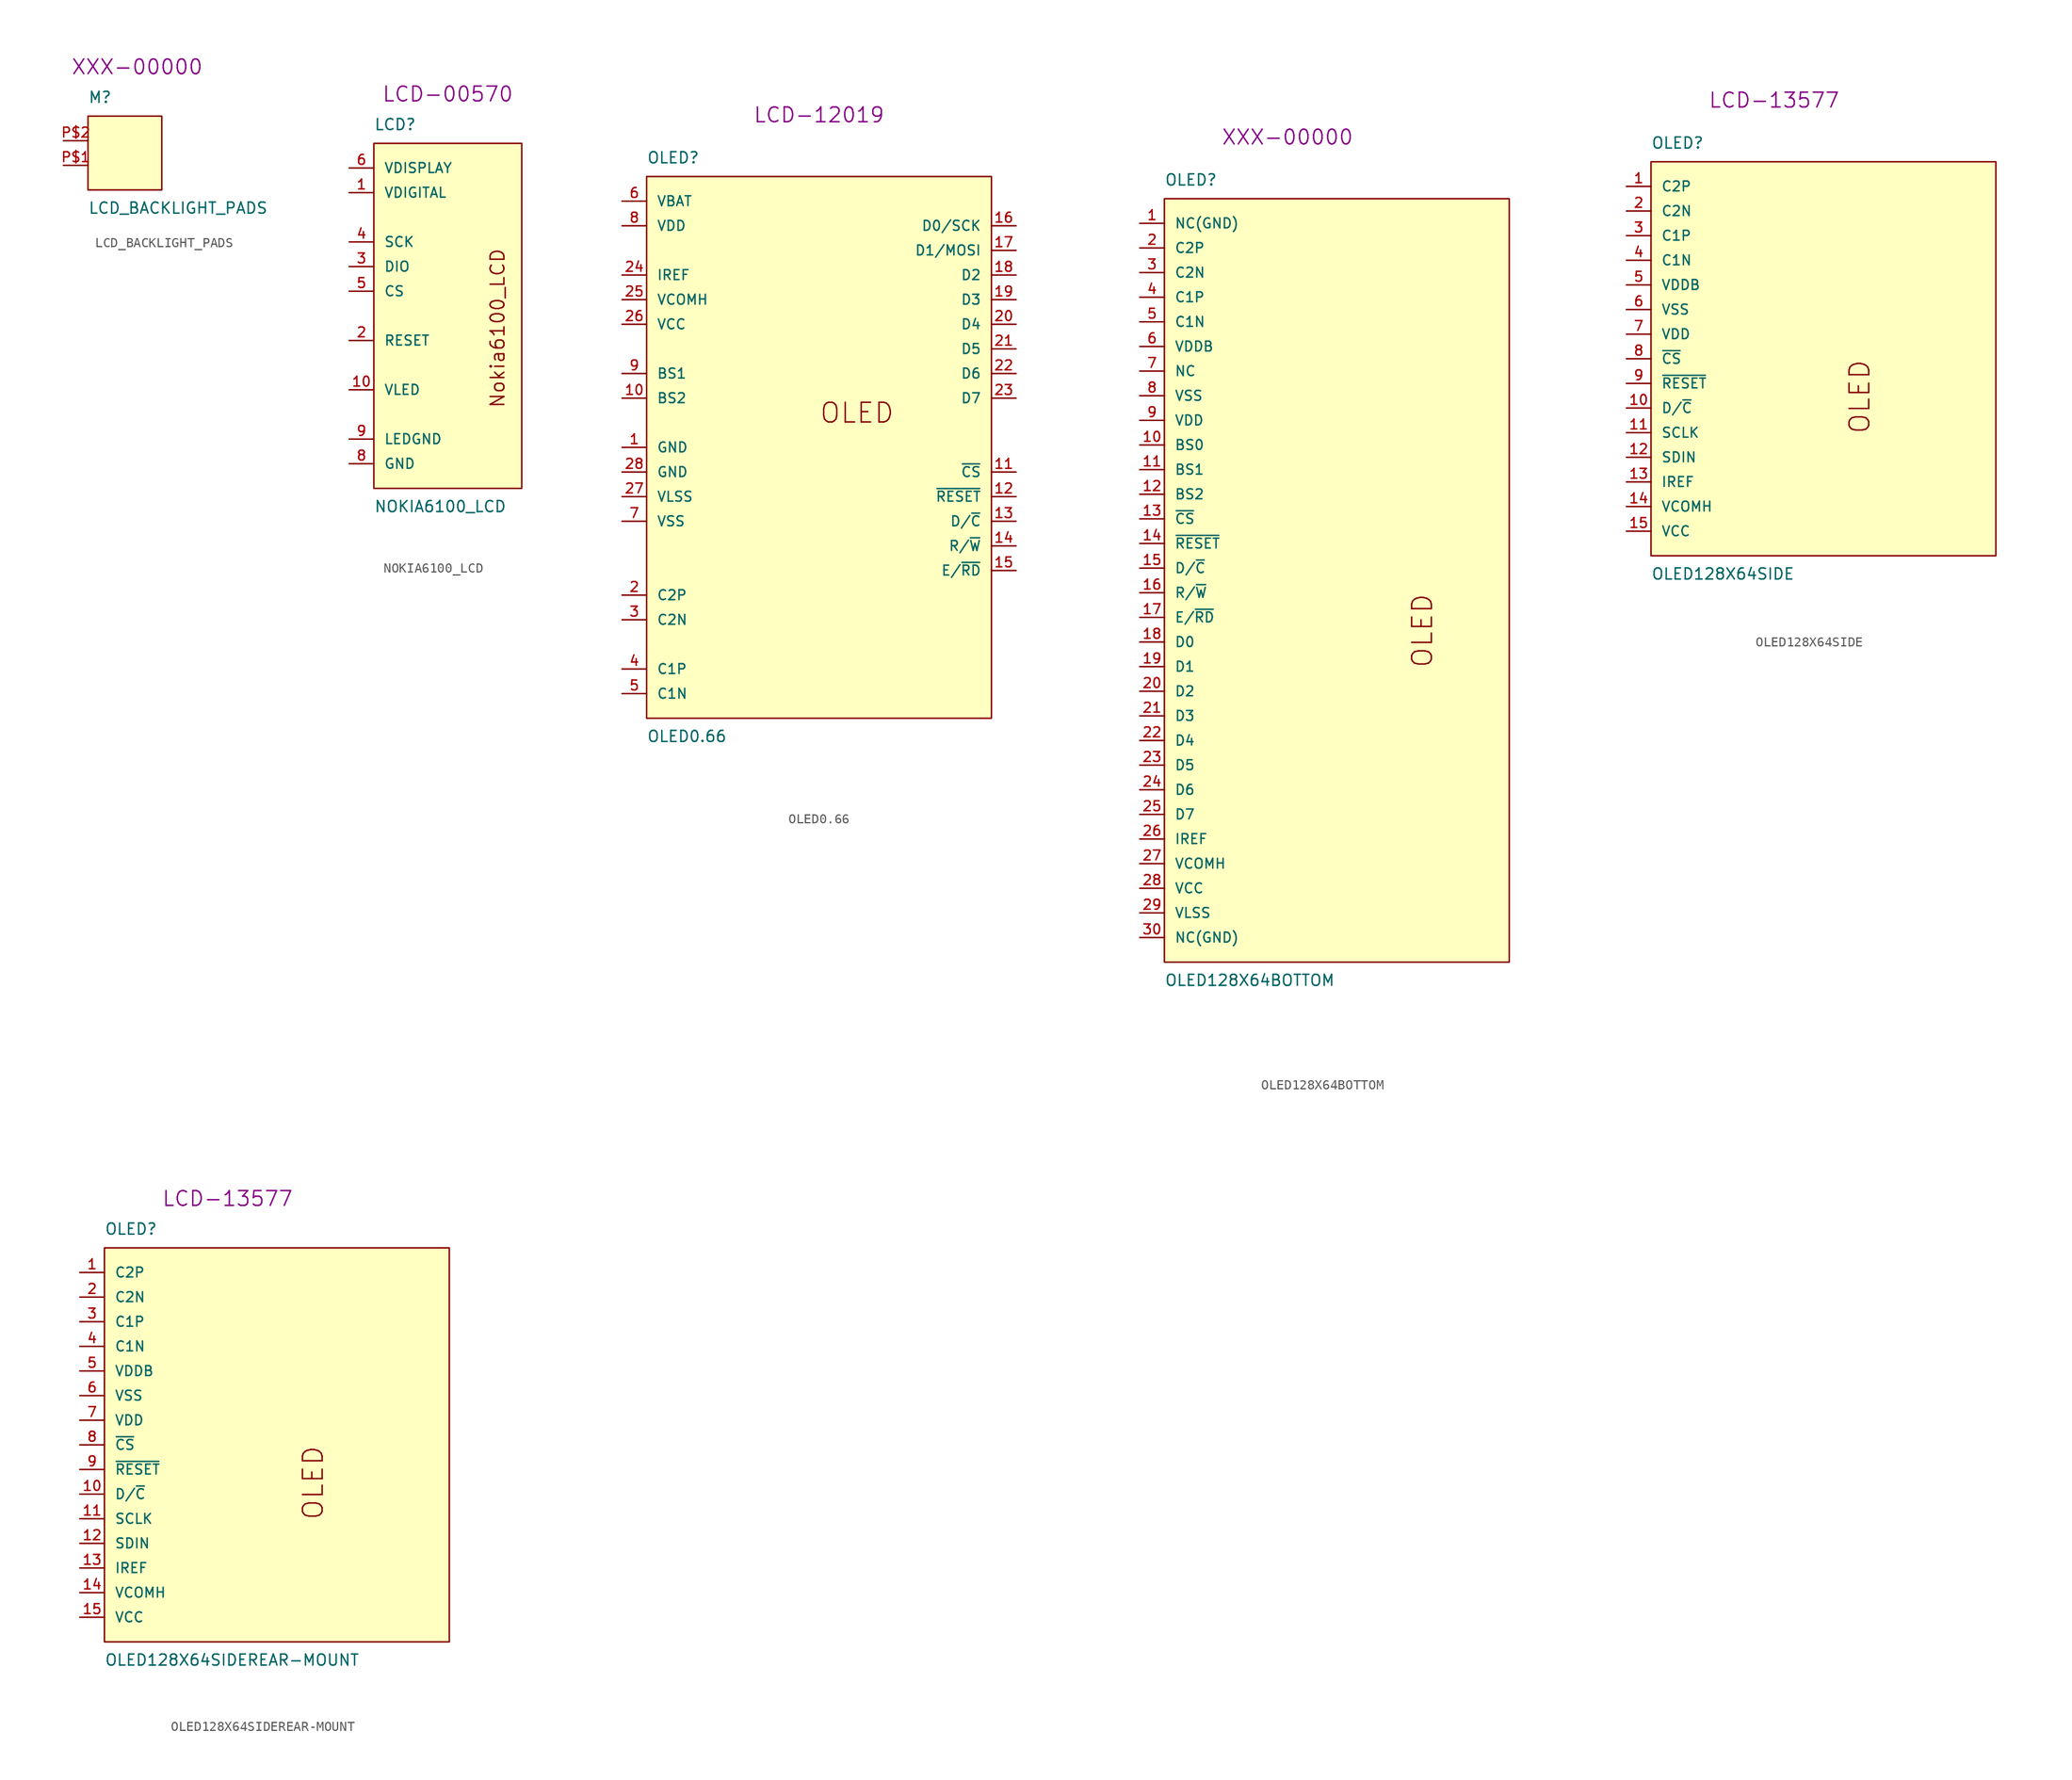
<source format=kicad_sym>
(kicad_symbol_lib
  (version 20211014)
  (generator kicad_symbol_editor)
  (symbol "LCD_BACKLIGHT_PADS"
    (pin_names
      (offset 1.016) hide)
    (property "Reference" "M"
      (at -5.08 3.81 0)
      (effects (font (size 1.143 1.143)) (justify left bottom)))
    (property "Value" "LCD_BACKLIGHT_PADS"
      (at -5.08 -7.62 0)
      (effects (font (size 1.143 1.143)) (justify left bottom)))
    (property "Field4" "XXX-00000"
      (at 0 7.62 0)
      (effects (font (size 1.524 1.524))))
    (property "ki_locked" ""
      (at 0 0 0)
      (effects (font (size 1.27 1.27))))
    (symbol "LCD_BACKLIGHT_PADS_1_1"
      (polyline (pts (xy -5.08 2.54) (xy -5.08 -5.08) (xy 2.54 -5.08) (xy 2.54 2.54) (xy -5.08 2.54)) (stroke (width 0) (type default) (color 0 0 0 0)) (fill (type background)))
      (pin bidirectional line (at -7.62 -2.54 0) (length 2.54) (name "A" (effects (font (size 1.016 1.016)))) (number "P$1" (effects (font (size 1.016 1.016)))))
      (pin bidirectional line (at -7.62 0 0) (length 2.54) (name "K" (effects (font (size 1.016 1.016)))) (number "P$2" (effects (font (size 1.016 1.016)))))))
  (symbol "NOKIA6100_LCD"
    (pin_names
      (offset 1.016))
    (property "Reference" "LCD"
      (at -7.62 19.05 0)
      (effects (font (size 1.143 1.143)) (justify left bottom)))
    (property "Value" "NOKIA6100_LCD"
      (at -7.62 -20.32 0)
      (effects (font (size 1.143 1.143)) (justify left bottom)))
    (property "Field4" "LCD-00570"
      (at 0 22.86 0)
      (effects (font (size 1.524 1.524))))
    (property "ki_locked" ""
      (at 0 0 0)
      (effects (font (size 1.27 1.27))))
    (symbol "NOKIA6100_LCD_1_0"
      (text "Nokia6100_LCD" (at 5.131 -1.27 900) (effects (font (size 1.422 1.422)))))
    (symbol "NOKIA6100_LCD_1_1"
      (polyline (pts (xy -7.62 -17.78) (xy -7.62 17.78) (xy 7.62 17.78) (xy 7.62 -17.78) (xy -7.62 -17.78)) (stroke (width 0) (type default) (color 0 0 0 0)) (fill (type background)))
      (pin bidirectional line (at -10.16 12.7 0) (length 2.54) (name "VDIGITAL" (effects (font (size 1.016 1.016)))) (number "1" (effects (font (size 1.016 1.016)))))
      (pin bidirectional line (at -10.16 -7.62 0) (length 2.54) (name "VLED" (effects (font (size 1.016 1.016)))) (number "10" (effects (font (size 1.016 1.016)))))
      (pin bidirectional line (at -10.16 -2.54 0) (length 2.54) (name "RESET" (effects (font (size 1.016 1.016)))) (number "2" (effects (font (size 1.016 1.016)))))
      (pin bidirectional line (at -10.16 5.08 0) (length 2.54) (name "DIO" (effects (font (size 1.016 1.016)))) (number "3" (effects (font (size 1.016 1.016)))))
      (pin bidirectional line (at -10.16 7.62 0) (length 2.54) (name "SCK" (effects (font (size 1.016 1.016)))) (number "4" (effects (font (size 1.016 1.016)))))
      (pin bidirectional line (at -10.16 2.54 0) (length 2.54) (name "CS" (effects (font (size 1.016 1.016)))) (number "5" (effects (font (size 1.016 1.016)))))
      (pin bidirectional line (at -10.16 15.24 0) (length 2.54) (name "VDISPLAY" (effects (font (size 1.016 1.016)))) (number "6" (effects (font (size 1.016 1.016)))))
      (pin bidirectional line (at -10.16 -15.24 0) (length 2.54) (name "GND" (effects (font (size 1.016 1.016)))) (number "8" (effects (font (size 1.016 1.016)))))
      (pin bidirectional line (at -10.16 -12.7 0) (length 2.54) (name "LEDGND" (effects (font (size 1.016 1.016)))) (number "9" (effects (font (size 1.016 1.016)))))))
  (symbol "OLED0.66"
    (pin_names
      (offset 1.016))
    (property "Reference" "OLED"
      (at -17.78 26.67 0)
      (effects (font (size 1.143 1.143)) (justify left bottom)))
    (property "Value" "OLED0.66"
      (at -17.78 -33.02 0)
      (effects (font (size 1.143 1.143)) (justify left bottom)))
    (property "Field4" "LCD-12019"
      (at 0 31.75 0)
      (effects (font (size 1.524 1.524))))
    (property "ki_locked" ""
      (at 0 0 0)
      (effects (font (size 1.27 1.27))))
    (symbol "OLED0.66_1_0"
      (text "OLED" (at 3.912 1.016 0) (effects (font (size 2.032 2.032)))))
    (symbol "OLED0.66_1_1"
      (polyline (pts (xy -17.78 25.4) (xy -17.78 -30.48) (xy 17.78 -30.48) (xy 17.78 25.4) (xy -17.78 25.4)) (stroke (width 0) (type default) (color 0 0 0 0)) (fill (type background)))
      (pin bidirectional line (at -20.32 -2.54 0) (length 2.54) (name "GND" (effects (font (size 1.016 1.016)))) (number "1" (effects (font (size 1.016 1.016)))))
      (pin bidirectional line (at -20.32 2.54 0) (length 2.54) (name "BS2" (effects (font (size 1.016 1.016)))) (number "10" (effects (font (size 1.016 1.016)))))
      (pin bidirectional line (at 20.32 -5.08 180) (length 2.54) (name "~{CS}" (effects (font (size 1.016 1.016)))) (number "11" (effects (font (size 1.016 1.016)))))
      (pin bidirectional line (at 20.32 -7.62 180) (length 2.54) (name "~{RESET}" (effects (font (size 1.016 1.016)))) (number "12" (effects (font (size 1.016 1.016)))))
      (pin bidirectional line (at 20.32 -10.16 180) (length 2.54) (name "D/~{C}" (effects (font (size 1.016 1.016)))) (number "13" (effects (font (size 1.016 1.016)))))
      (pin bidirectional line (at 20.32 -12.7 180) (length 2.54) (name "R/~{W}" (effects (font (size 1.016 1.016)))) (number "14" (effects (font (size 1.016 1.016)))))
      (pin bidirectional line (at 20.32 -15.24 180) (length 2.54) (name "E/~{RD}" (effects (font (size 1.016 1.016)))) (number "15" (effects (font (size 1.016 1.016)))))
      (pin bidirectional line (at 20.32 20.32 180) (length 2.54) (name "D0/SCK" (effects (font (size 1.016 1.016)))) (number "16" (effects (font (size 1.016 1.016)))))
      (pin bidirectional line (at 20.32 17.78 180) (length 2.54) (name "D1/MOSI" (effects (font (size 1.016 1.016)))) (number "17" (effects (font (size 1.016 1.016)))))
      (pin bidirectional line (at 20.32 15.24 180) (length 2.54) (name "D2" (effects (font (size 1.016 1.016)))) (number "18" (effects (font (size 1.016 1.016)))))
      (pin bidirectional line (at 20.32 12.7 180) (length 2.54) (name "D3" (effects (font (size 1.016 1.016)))) (number "19" (effects (font (size 1.016 1.016)))))
      (pin bidirectional line (at -20.32 -17.78 0) (length 2.54) (name "C2P" (effects (font (size 1.016 1.016)))) (number "2" (effects (font (size 1.016 1.016)))))
      (pin bidirectional line (at 20.32 10.16 180) (length 2.54) (name "D4" (effects (font (size 1.016 1.016)))) (number "20" (effects (font (size 1.016 1.016)))))
      (pin bidirectional line (at 20.32 7.62 180) (length 2.54) (name "D5" (effects (font (size 1.016 1.016)))) (number "21" (effects (font (size 1.016 1.016)))))
      (pin bidirectional line (at 20.32 5.08 180) (length 2.54) (name "D6" (effects (font (size 1.016 1.016)))) (number "22" (effects (font (size 1.016 1.016)))))
      (pin bidirectional line (at 20.32 2.54 180) (length 2.54) (name "D7" (effects (font (size 1.016 1.016)))) (number "23" (effects (font (size 1.016 1.016)))))
      (pin bidirectional line (at -20.32 15.24 0) (length 2.54) (name "IREF" (effects (font (size 1.016 1.016)))) (number "24" (effects (font (size 1.016 1.016)))))
      (pin bidirectional line (at -20.32 12.7 0) (length 2.54) (name "VCOMH" (effects (font (size 1.016 1.016)))) (number "25" (effects (font (size 1.016 1.016)))))
      (pin bidirectional line (at -20.32 10.16 0) (length 2.54) (name "VCC" (effects (font (size 1.016 1.016)))) (number "26" (effects (font (size 1.016 1.016)))))
      (pin bidirectional line (at -20.32 -7.62 0) (length 2.54) (name "VLSS" (effects (font (size 1.016 1.016)))) (number "27" (effects (font (size 1.016 1.016)))))
      (pin bidirectional line (at -20.32 -5.08 0) (length 2.54) (name "GND" (effects (font (size 1.016 1.016)))) (number "28" (effects (font (size 1.016 1.016)))))
      (pin bidirectional line (at -20.32 -20.32 0) (length 2.54) (name "C2N" (effects (font (size 1.016 1.016)))) (number "3" (effects (font (size 1.016 1.016)))))
      (pin bidirectional line (at -20.32 -25.4 0) (length 2.54) (name "C1P" (effects (font (size 1.016 1.016)))) (number "4" (effects (font (size 1.016 1.016)))))
      (pin bidirectional line (at -20.32 -27.94 0) (length 2.54) (name "C1N" (effects (font (size 1.016 1.016)))) (number "5" (effects (font (size 1.016 1.016)))))
      (pin bidirectional line (at -20.32 22.86 0) (length 2.54) (name "VBAT" (effects (font (size 1.016 1.016)))) (number "6" (effects (font (size 1.016 1.016)))))
      (pin bidirectional line (at -20.32 -10.16 0) (length 2.54) (name "VSS" (effects (font (size 1.016 1.016)))) (number "7" (effects (font (size 1.016 1.016)))))
      (pin bidirectional line (at -20.32 20.32 0) (length 2.54) (name "VDD" (effects (font (size 1.016 1.016)))) (number "8" (effects (font (size 1.016 1.016)))))
      (pin bidirectional line (at -20.32 5.08 0) (length 2.54) (name "BS1" (effects (font (size 1.016 1.016)))) (number "9" (effects (font (size 1.016 1.016)))))))
  (symbol "OLED128X64BOTTOM"
    (pin_names
      (offset 1.016))
    (property "Reference" "OLED"
      (at -12.7 41.91 0)
      (effects (font (size 1.143 1.143)) (justify left bottom)))
    (property "Value" "OLED128X64BOTTOM"
      (at -12.7 -40.64 0)
      (effects (font (size 1.143 1.143)) (justify left bottom)))
    (property "Field4" "XXX-00000"
      (at 0 46.99 0)
      (effects (font (size 1.524 1.524))))
    (property "ki_locked" ""
      (at 0 0 0)
      (effects (font (size 1.27 1.27))))
    (symbol "OLED128X64BOTTOM_1_0"
      (text "OLED" (at 13.894 -3.912 900) (effects (font (size 2.032 2.032)))))
    (symbol "OLED128X64BOTTOM_1_1"
      (polyline (pts (xy -12.7 40.64) (xy -12.7 -38.1) (xy 22.86 -38.1) (xy 22.86 40.64) (xy -12.7 40.64)) (stroke (width 0) (type default) (color 0 0 0 0)) (fill (type background)))
      (pin bidirectional line (at -15.24 38.1 0) (length 2.54) (name "NC(GND)" (effects (font (size 1.016 1.016)))) (number "1" (effects (font (size 1.016 1.016)))))
      (pin bidirectional line (at -15.24 15.24 0) (length 2.54) (name "BS0" (effects (font (size 1.016 1.016)))) (number "10" (effects (font (size 1.016 1.016)))))
      (pin bidirectional line (at -15.24 12.7 0) (length 2.54) (name "BS1" (effects (font (size 1.016 1.016)))) (number "11" (effects (font (size 1.016 1.016)))))
      (pin bidirectional line (at -15.24 10.16 0) (length 2.54) (name "BS2" (effects (font (size 1.016 1.016)))) (number "12" (effects (font (size 1.016 1.016)))))
      (pin bidirectional line (at -15.24 7.62 0) (length 2.54) (name "~{CS}" (effects (font (size 1.016 1.016)))) (number "13" (effects (font (size 1.016 1.016)))))
      (pin bidirectional line (at -15.24 5.08 0) (length 2.54) (name "~{RESET}" (effects (font (size 1.016 1.016)))) (number "14" (effects (font (size 1.016 1.016)))))
      (pin bidirectional line (at -15.24 2.54 0) (length 2.54) (name "D/~{C}" (effects (font (size 1.016 1.016)))) (number "15" (effects (font (size 1.016 1.016)))))
      (pin bidirectional line (at -15.24 0 0) (length 2.54) (name "R/~{W}" (effects (font (size 1.016 1.016)))) (number "16" (effects (font (size 1.016 1.016)))))
      (pin bidirectional line (at -15.24 -2.54 0) (length 2.54) (name "E/~{RD}" (effects (font (size 1.016 1.016)))) (number "17" (effects (font (size 1.016 1.016)))))
      (pin bidirectional line (at -15.24 -5.08 0) (length 2.54) (name "D0" (effects (font (size 1.016 1.016)))) (number "18" (effects (font (size 1.016 1.016)))))
      (pin bidirectional line (at -15.24 -7.62 0) (length 2.54) (name "D1" (effects (font (size 1.016 1.016)))) (number "19" (effects (font (size 1.016 1.016)))))
      (pin bidirectional line (at -15.24 35.56 0) (length 2.54) (name "C2P" (effects (font (size 1.016 1.016)))) (number "2" (effects (font (size 1.016 1.016)))))
      (pin bidirectional line (at -15.24 -10.16 0) (length 2.54) (name "D2" (effects (font (size 1.016 1.016)))) (number "20" (effects (font (size 1.016 1.016)))))
      (pin bidirectional line (at -15.24 -12.7 0) (length 2.54) (name "D3" (effects (font (size 1.016 1.016)))) (number "21" (effects (font (size 1.016 1.016)))))
      (pin bidirectional line (at -15.24 -15.24 0) (length 2.54) (name "D4" (effects (font (size 1.016 1.016)))) (number "22" (effects (font (size 1.016 1.016)))))
      (pin bidirectional line (at -15.24 -17.78 0) (length 2.54) (name "D5" (effects (font (size 1.016 1.016)))) (number "23" (effects (font (size 1.016 1.016)))))
      (pin bidirectional line (at -15.24 -20.32 0) (length 2.54) (name "D6" (effects (font (size 1.016 1.016)))) (number "24" (effects (font (size 1.016 1.016)))))
      (pin bidirectional line (at -15.24 -22.86 0) (length 2.54) (name "D7" (effects (font (size 1.016 1.016)))) (number "25" (effects (font (size 1.016 1.016)))))
      (pin bidirectional line (at -15.24 -25.4 0) (length 2.54) (name "IREF" (effects (font (size 1.016 1.016)))) (number "26" (effects (font (size 1.016 1.016)))))
      (pin bidirectional line (at -15.24 -27.94 0) (length 2.54) (name "VCOMH" (effects (font (size 1.016 1.016)))) (number "27" (effects (font (size 1.016 1.016)))))
      (pin bidirectional line (at -15.24 -30.48 0) (length 2.54) (name "VCC" (effects (font (size 1.016 1.016)))) (number "28" (effects (font (size 1.016 1.016)))))
      (pin bidirectional line (at -15.24 -33.02 0) (length 2.54) (name "VLSS" (effects (font (size 1.016 1.016)))) (number "29" (effects (font (size 1.016 1.016)))))
      (pin bidirectional line (at -15.24 33.02 0) (length 2.54) (name "C2N" (effects (font (size 1.016 1.016)))) (number "3" (effects (font (size 1.016 1.016)))))
      (pin bidirectional line (at -15.24 -35.56 0) (length 2.54) (name "NC(GND)" (effects (font (size 1.016 1.016)))) (number "30" (effects (font (size 1.016 1.016)))))
      (pin bidirectional line (at -15.24 30.48 0) (length 2.54) (name "C1P" (effects (font (size 1.016 1.016)))) (number "4" (effects (font (size 1.016 1.016)))))
      (pin bidirectional line (at -15.24 27.94 0) (length 2.54) (name "C1N" (effects (font (size 1.016 1.016)))) (number "5" (effects (font (size 1.016 1.016)))))
      (pin bidirectional line (at -15.24 25.4 0) (length 2.54) (name "VDDB" (effects (font (size 1.016 1.016)))) (number "6" (effects (font (size 1.016 1.016)))))
      (pin bidirectional line (at -15.24 22.86 0) (length 2.54) (name "NC" (effects (font (size 1.016 1.016)))) (number "7" (effects (font (size 1.016 1.016)))))
      (pin bidirectional line (at -15.24 20.32 0) (length 2.54) (name "VSS" (effects (font (size 1.016 1.016)))) (number "8" (effects (font (size 1.016 1.016)))))
      (pin bidirectional line (at -15.24 17.78 0) (length 2.54) (name "VDD" (effects (font (size 1.016 1.016)))) (number "9" (effects (font (size 1.016 1.016)))))))
  (symbol "OLED128X64SIDE"
    (pin_names
      (offset 1.016))
    (property "Reference" "OLED"
      (at -12.7 21.59 0)
      (effects (font (size 1.143 1.143)) (justify left bottom)))
    (property "Value" "OLED128X64SIDE"
      (at -12.7 -22.86 0)
      (effects (font (size 1.143 1.143)) (justify left bottom)))
    (property "Field4" "LCD-13577"
      (at 0 26.67 0)
      (effects (font (size 1.524 1.524))))
    (property "ki_locked" ""
      (at 0 0 0)
      (effects (font (size 1.27 1.27))))
    (symbol "OLED128X64SIDE_1_0"
      (text "OLED" (at 8.814 -3.912 900) (effects (font (size 2.032 2.032)))))
    (symbol "OLED128X64SIDE_1_1"
      (polyline (pts (xy -12.7 20.32) (xy -12.7 -20.32) (xy 22.86 -20.32) (xy 22.86 20.32) (xy -12.7 20.32)) (stroke (width 0) (type default) (color 0 0 0 0)) (fill (type background)))
      (pin bidirectional line (at -15.24 17.78 0) (length 2.54) (name "C2P" (effects (font (size 1.016 1.016)))) (number "1" (effects (font (size 1.016 1.016)))))
      (pin bidirectional line (at -15.24 -5.08 0) (length 2.54) (name "D/~{C}" (effects (font (size 1.016 1.016)))) (number "10" (effects (font (size 1.016 1.016)))))
      (pin bidirectional line (at -15.24 -7.62 0) (length 2.54) (name "SCLK" (effects (font (size 1.016 1.016)))) (number "11" (effects (font (size 1.016 1.016)))))
      (pin bidirectional line (at -15.24 -10.16 0) (length 2.54) (name "SDIN" (effects (font (size 1.016 1.016)))) (number "12" (effects (font (size 1.016 1.016)))))
      (pin bidirectional line (at -15.24 -12.7 0) (length 2.54) (name "IREF" (effects (font (size 1.016 1.016)))) (number "13" (effects (font (size 1.016 1.016)))))
      (pin bidirectional line (at -15.24 -15.24 0) (length 2.54) (name "VCOMH" (effects (font (size 1.016 1.016)))) (number "14" (effects (font (size 1.016 1.016)))))
      (pin bidirectional line (at -15.24 -17.78 0) (length 2.54) (name "VCC" (effects (font (size 1.016 1.016)))) (number "15" (effects (font (size 1.016 1.016)))))
      (pin bidirectional line (at -15.24 15.24 0) (length 2.54) (name "C2N" (effects (font (size 1.016 1.016)))) (number "2" (effects (font (size 1.016 1.016)))))
      (pin bidirectional line (at -15.24 12.7 0) (length 2.54) (name "C1P" (effects (font (size 1.016 1.016)))) (number "3" (effects (font (size 1.016 1.016)))))
      (pin bidirectional line (at -15.24 10.16 0) (length 2.54) (name "C1N" (effects (font (size 1.016 1.016)))) (number "4" (effects (font (size 1.016 1.016)))))
      (pin bidirectional line (at -15.24 7.62 0) (length 2.54) (name "VDDB" (effects (font (size 1.016 1.016)))) (number "5" (effects (font (size 1.016 1.016)))))
      (pin bidirectional line (at -15.24 5.08 0) (length 2.54) (name "VSS" (effects (font (size 1.016 1.016)))) (number "6" (effects (font (size 1.016 1.016)))))
      (pin bidirectional line (at -15.24 2.54 0) (length 2.54) (name "VDD" (effects (font (size 1.016 1.016)))) (number "7" (effects (font (size 1.016 1.016)))))
      (pin bidirectional line (at -15.24 0 0) (length 2.54) (name "~{CS}" (effects (font (size 1.016 1.016)))) (number "8" (effects (font (size 1.016 1.016)))))
      (pin bidirectional line (at -15.24 -2.54 0) (length 2.54) (name "~{RESET}" (effects (font (size 1.016 1.016)))) (number "9" (effects (font (size 1.016 1.016)))))))
  (symbol "OLED128X64SIDEREAR-MOUNT"
    (pin_names
      (offset 1.016))
    (property "Reference" "OLED"
      (at -12.7 21.59 0)
      (effects (font (size 1.143 1.143)) (justify left bottom)))
    (property "Value" "OLED128X64SIDEREAR-MOUNT"
      (at -12.7 -22.86 0)
      (effects (font (size 1.143 1.143)) (justify left bottom)))
    (property "Field4" "LCD-13577"
      (at 0 25.4 0)
      (effects (font (size 1.524 1.524))))
    (property "ki_locked" ""
      (at 0 0 0)
      (effects (font (size 1.27 1.27))))
    (symbol "OLED128X64SIDEREAR-MOUNT_1_0"
      (text "OLED" (at 8.814 -3.912 900) (effects (font (size 2.032 2.032)))))
    (symbol "OLED128X64SIDEREAR-MOUNT_1_1"
      (polyline (pts (xy -12.7 20.32) (xy -12.7 -20.32) (xy 22.86 -20.32) (xy 22.86 20.32) (xy -12.7 20.32)) (stroke (width 0) (type default) (color 0 0 0 0)) (fill (type background)))
      (pin bidirectional line (at -15.24 17.78 0) (length 2.54) (name "C2P" (effects (font (size 1.016 1.016)))) (number "1" (effects (font (size 1.016 1.016)))))
      (pin bidirectional line (at -15.24 -5.08 0) (length 2.54) (name "D/~{C}" (effects (font (size 1.016 1.016)))) (number "10" (effects (font (size 1.016 1.016)))))
      (pin bidirectional line (at -15.24 -7.62 0) (length 2.54) (name "SCLK" (effects (font (size 1.016 1.016)))) (number "11" (effects (font (size 1.016 1.016)))))
      (pin bidirectional line (at -15.24 -10.16 0) (length 2.54) (name "SDIN" (effects (font (size 1.016 1.016)))) (number "12" (effects (font (size 1.016 1.016)))))
      (pin bidirectional line (at -15.24 -12.7 0) (length 2.54) (name "IREF" (effects (font (size 1.016 1.016)))) (number "13" (effects (font (size 1.016 1.016)))))
      (pin bidirectional line (at -15.24 -15.24 0) (length 2.54) (name "VCOMH" (effects (font (size 1.016 1.016)))) (number "14" (effects (font (size 1.016 1.016)))))
      (pin bidirectional line (at -15.24 -17.78 0) (length 2.54) (name "VCC" (effects (font (size 1.016 1.016)))) (number "15" (effects (font (size 1.016 1.016)))))
      (pin bidirectional line (at -15.24 15.24 0) (length 2.54) (name "C2N" (effects (font (size 1.016 1.016)))) (number "2" (effects (font (size 1.016 1.016)))))
      (pin bidirectional line (at -15.24 12.7 0) (length 2.54) (name "C1P" (effects (font (size 1.016 1.016)))) (number "3" (effects (font (size 1.016 1.016)))))
      (pin bidirectional line (at -15.24 10.16 0) (length 2.54) (name "C1N" (effects (font (size 1.016 1.016)))) (number "4" (effects (font (size 1.016 1.016)))))
      (pin bidirectional line (at -15.24 7.62 0) (length 2.54) (name "VDDB" (effects (font (size 1.016 1.016)))) (number "5" (effects (font (size 1.016 1.016)))))
      (pin bidirectional line (at -15.24 5.08 0) (length 2.54) (name "VSS" (effects (font (size 1.016 1.016)))) (number "6" (effects (font (size 1.016 1.016)))))
      (pin bidirectional line (at -15.24 2.54 0) (length 2.54) (name "VDD" (effects (font (size 1.016 1.016)))) (number "7" (effects (font (size 1.016 1.016)))))
      (pin bidirectional line (at -15.24 0 0) (length 2.54) (name "~{CS}" (effects (font (size 1.016 1.016)))) (number "8" (effects (font (size 1.016 1.016)))))
      (pin bidirectional line (at -15.24 -2.54 0) (length 2.54) (name "~{RESET}" (effects (font (size 1.016 1.016)))) (number "9" (effects (font (size 1.016 1.016))))))))
</source>
